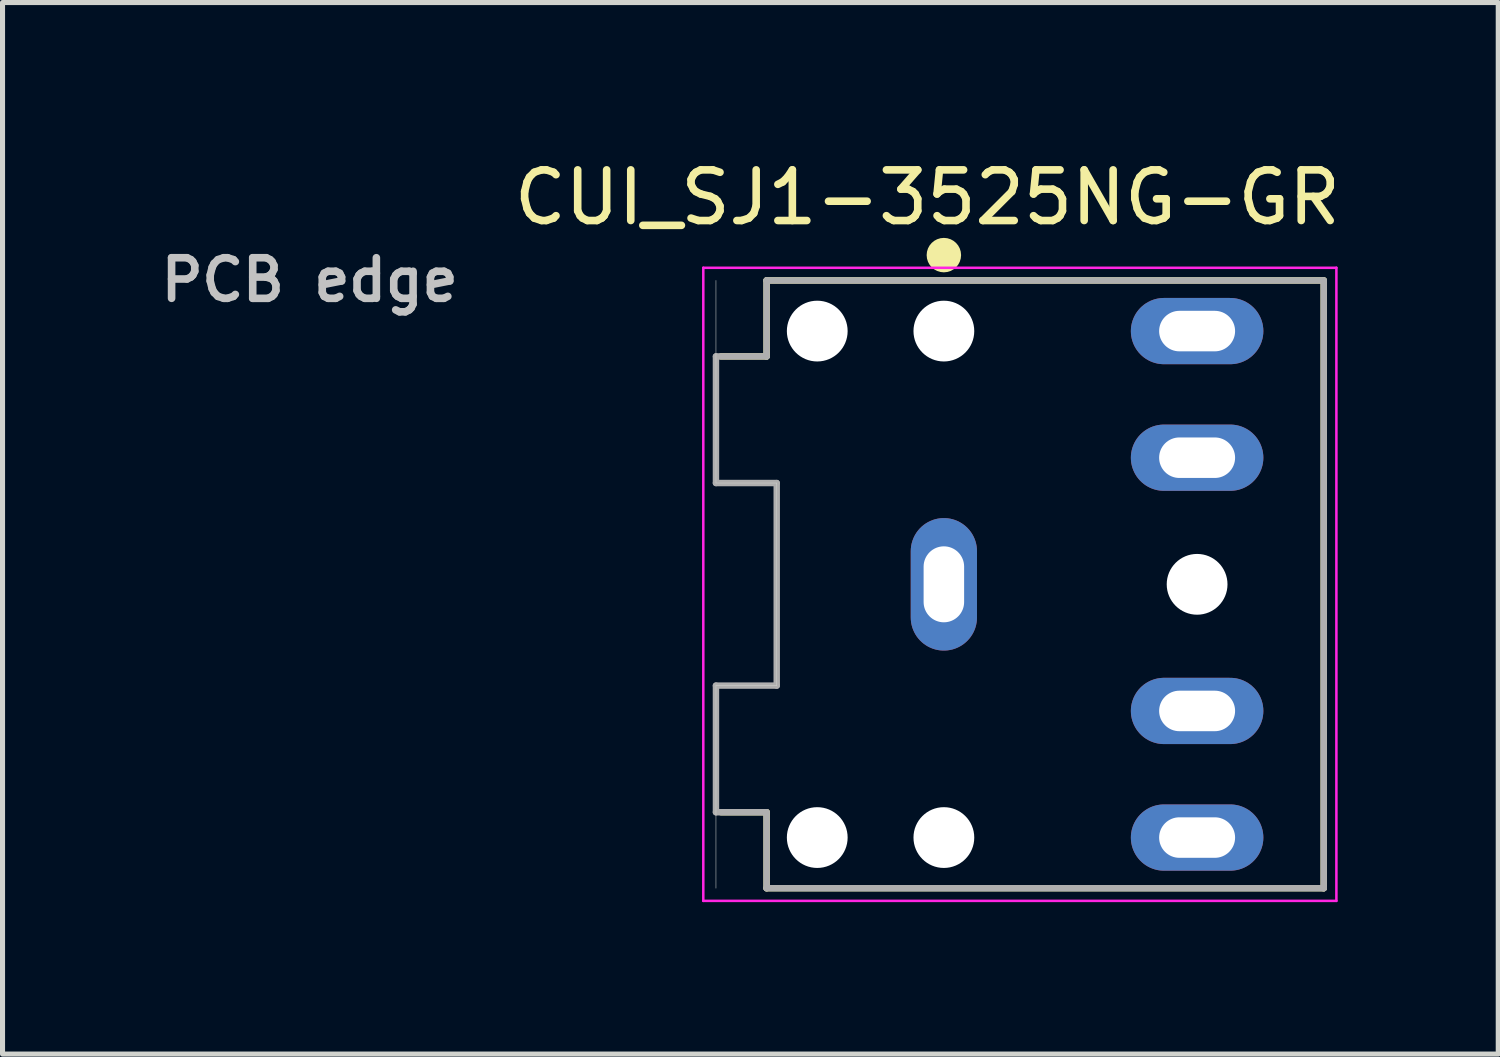
<source format=kicad_pcb>
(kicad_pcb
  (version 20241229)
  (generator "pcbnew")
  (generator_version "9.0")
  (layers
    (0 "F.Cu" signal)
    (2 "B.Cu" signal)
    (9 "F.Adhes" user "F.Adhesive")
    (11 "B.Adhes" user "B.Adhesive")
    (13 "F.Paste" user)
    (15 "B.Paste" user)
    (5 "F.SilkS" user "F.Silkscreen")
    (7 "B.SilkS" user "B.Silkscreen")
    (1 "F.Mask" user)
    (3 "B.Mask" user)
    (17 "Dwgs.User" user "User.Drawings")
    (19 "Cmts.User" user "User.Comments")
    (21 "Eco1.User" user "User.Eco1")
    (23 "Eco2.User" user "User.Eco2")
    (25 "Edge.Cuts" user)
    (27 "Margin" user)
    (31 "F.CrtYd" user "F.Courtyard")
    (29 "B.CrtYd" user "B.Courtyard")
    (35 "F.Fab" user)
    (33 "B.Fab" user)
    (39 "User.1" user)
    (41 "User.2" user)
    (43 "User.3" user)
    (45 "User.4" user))
  (footprint "CUI_SJ1-3525NG-GR"
    (layer "F.Cu")
    (at 15.586 8.487)
    (property "Reference" "CUI_SJ1-3525NG-GR" (at -0.325 -7.638 0) (layer "F.SilkS") (effects (font (size 1 1) (thickness 0.15))))
    (attr through_hole)
    (fp_line (start -4.4 4.5) (end -3.5 4.5) (stroke (width 0.127) (type solid)) (layer "F.SilkS"))
    (fp_line (start -3.5 -6) (end -3.5 -4.5) (stroke (width 0.127) (type solid)) (layer "F.SilkS"))
    (fp_line (start -3.5 -4.5) (end -4.4 -4.5) (stroke (width 0.127) (type solid)) (layer "F.SilkS"))
    (fp_line (start -3.5 4.5) (end -3.5 6) (stroke (width 0.127) (type solid)) (layer "F.SilkS"))
    (fp_line (start 7.5 -6) (end -3.5 -6) (stroke (width 0.127) (type solid)) (layer "F.SilkS"))
    (fp_line (start 7.5 -6) (end 7.5 6) (stroke (width 0.127) (type solid)) (layer "F.SilkS"))
    (fp_line (start 7.5 6) (end -3.5 6) (stroke (width 0.127) (type solid)) (layer "F.SilkS"))
    (fp_circle (center 0 -6.5) (end 0.17 -6.5) (stroke (width 0.34) (type solid)) (fill no) (layer "F.SilkS"))
    (fp_line (start -4.5 -6) (end -4.5 -2) (stroke (width 0.01) (type solid)) (layer "Edge.Cuts"))
    (fp_line (start -4.5 -2) (end -3.3 -2) (stroke (width 0.01) (type solid)) (layer "Edge.Cuts"))
    (fp_line (start -4.5 2) (end -4.5 6) (stroke (width 0.01) (type solid)) (layer "Edge.Cuts"))
    (fp_line (start -3.3 -2) (end -3.3 2) (stroke (width 0.01) (type solid)) (layer "Edge.Cuts"))
    (fp_line (start -3.3 2) (end -4.5 2) (stroke (width 0.01) (type solid)) (layer "Edge.Cuts"))
    (fp_line (start -4.75 -6.25) (end 7.75 -6.25) (stroke (width 0.05) (type solid)) (layer "F.CrtYd"))
    (fp_line (start -4.75 6.25) (end -4.75 -6.25) (stroke (width 0.05) (type solid)) (layer "F.CrtYd"))
    (fp_line (start 7.75 -6.25) (end 7.75 6.25) (stroke (width 0.05) (type solid)) (layer "F.CrtYd"))
    (fp_line (start 7.75 6.25) (end -4.75 6.25) (stroke (width 0.05) (type solid)) (layer "F.CrtYd"))
    (fp_line (start -4.5 -4.5) (end -4.5 -2) (stroke (width 0.127) (type solid)) (layer "F.Fab"))
    (fp_line (start -4.5 -2) (end -3.3 -2) (stroke (width 0.127) (type solid)) (layer "F.Fab"))
    (fp_line (start -4.5 2) (end -4.5 4.5) (stroke (width 0.127) (type solid)) (layer "F.Fab"))
    (fp_line (start -4.5 4.5) (end -3.5 4.5) (stroke (width 0.127) (type solid)) (layer "F.Fab"))
    (fp_line (start -3.5 -6) (end -3.5 -4.5) (stroke (width 0.127) (type solid)) (layer "F.Fab"))
    (fp_line (start -3.5 -4.5) (end -4.5 -4.5) (stroke (width 0.127) (type solid)) (layer "F.Fab"))
    (fp_line (start -3.5 4.5) (end -3.5 6) (stroke (width 0.127) (type solid)) (layer "F.Fab"))
    (fp_line (start -3.3 -2) (end -3.3 2) (stroke (width 0.127) (type solid)) (layer "F.Fab"))
    (fp_line (start -3.3 2) (end -4.5 2) (stroke (width 0.127) (type solid)) (layer "F.Fab"))
    (fp_line (start 7.5 -6) (end -3.5 -6) (stroke (width 0.127) (type solid)) (layer "F.Fab"))
    (fp_line (start 7.5 -6) (end 7.5 6) (stroke (width 0.127) (type solid)) (layer "F.Fab"))
    (fp_line (start 7.5 6) (end -3.5 6) (stroke (width 0.127) (type solid)) (layer "F.Fab"))
    (fp_text user "PCB edge" (at -12.521 -6.01 0) (layer "Dwgs.User") (effects (font (size 0.801 0.801) (thickness 0.15))))
    (pad "" np_thru_hole circle (at -2.5 -5) (size 1.2 1.2) (drill 1.2) (layers "*.Cu" "*.Mask"))
    (pad "" np_thru_hole circle (at -2.5 5) (size 1.2 1.2) (drill 1.2) (layers "*.Cu" "*.Mask"))
    (pad "" np_thru_hole circle (at 0 -5) (size 1.2 1.2) (drill 1.2) (layers "*.Cu" "*.Mask"))
    (pad "" np_thru_hole circle (at 0 5) (size 1.2 1.2) (drill 1.2) (layers "*.Cu" "*.Mask"))
    (pad "" np_thru_hole circle (at 5 0) (size 1.2 1.2) (drill 1.2) (layers "*.Cu" "*.Mask"))
    (pad "1" thru_hole oval (at 0 0) (size 1.308 2.616) (drill oval 0.8 1.5) (layers "*.Cu" "*.Mask"))
    (pad "2" thru_hole oval (at 5 5) (size 2.616 1.308) (drill oval 1.5 0.8) (layers "*.Cu" "*.Mask"))
    (pad "3" thru_hole oval (at 5 -5) (size 2.616 1.308) (drill oval 1.5 0.8) (layers "*.Cu" "*.Mask"))
    (pad "4" thru_hole oval (at 5 2.5) (size 2.616 1.308) (drill oval 1.5 0.8) (layers "*.Cu" "*.Mask"))
    (pad "5" thru_hole oval (at 5 -2.5) (size 2.616 1.308) (drill oval 1.5 0.8) (layers "*.Cu" "*.Mask")))
  (gr_rect
    (start -3 -3)
    (end 26.532 17.762)
    (stroke (width 0.1) (type default))
    (fill no)
    (layer "Edge.Cuts")))
</source>
